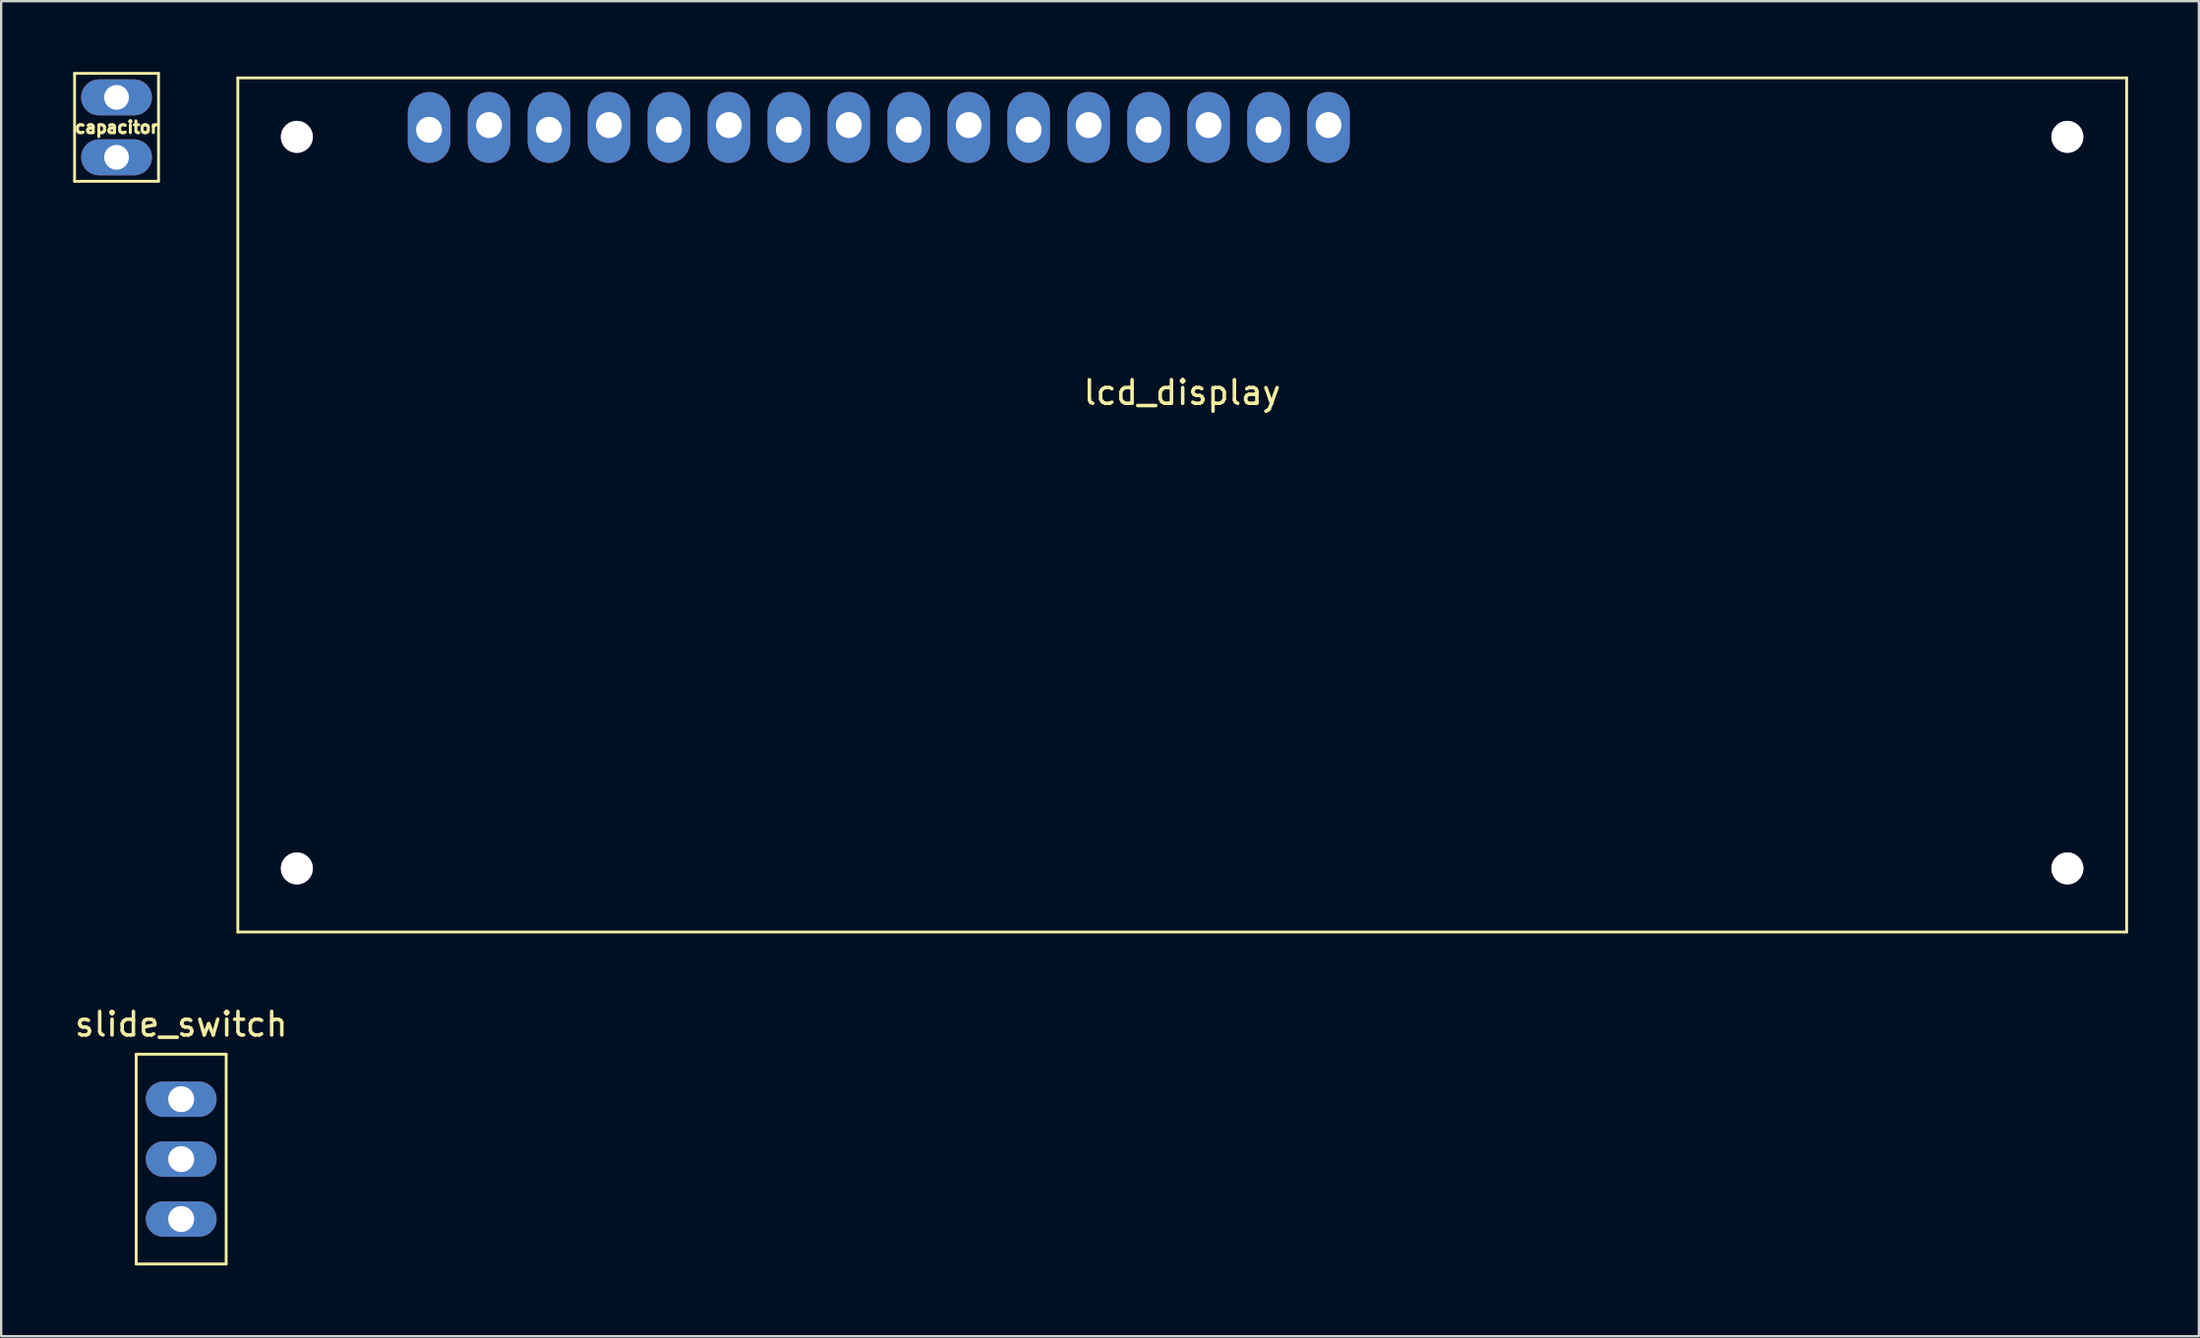
<source format=kicad_pcb>
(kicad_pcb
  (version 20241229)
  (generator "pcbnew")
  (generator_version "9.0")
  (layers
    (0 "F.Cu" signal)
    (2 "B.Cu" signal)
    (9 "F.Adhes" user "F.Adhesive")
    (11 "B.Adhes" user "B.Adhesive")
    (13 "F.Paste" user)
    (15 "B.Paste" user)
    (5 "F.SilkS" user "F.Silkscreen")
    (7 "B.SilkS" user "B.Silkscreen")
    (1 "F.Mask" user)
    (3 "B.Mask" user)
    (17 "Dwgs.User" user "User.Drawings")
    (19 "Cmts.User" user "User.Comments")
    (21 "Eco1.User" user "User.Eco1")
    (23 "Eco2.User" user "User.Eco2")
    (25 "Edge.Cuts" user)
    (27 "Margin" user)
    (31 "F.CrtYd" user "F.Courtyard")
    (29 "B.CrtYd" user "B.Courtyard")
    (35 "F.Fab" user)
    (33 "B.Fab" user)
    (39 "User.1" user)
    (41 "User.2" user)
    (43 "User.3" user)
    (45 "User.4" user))
  (footprint "slide_switch"
    (layer "F.Cu")
    (at 4.625 47.973)
    (property "Reference" "slide_switch" (at 0 -7.62 0) (layer "F.SilkS") (effects (font (size 1 1) (thickness 0.15))))
    (attr through_hole)
    (fp_line (start -1.905 -6.35) (end 1.905 -6.35) (stroke (width 0.12) (type solid)) (layer "F.SilkS"))
    (fp_line (start -1.905 2.54) (end -1.905 -6.35) (stroke (width 0.12) (type solid)) (layer "F.SilkS"))
    (fp_line (start 1.905 -6.35) (end 1.905 2.54) (stroke (width 0.12) (type solid)) (layer "F.SilkS"))
    (fp_line (start 1.905 2.54) (end -1.905 2.54) (stroke (width 0.12) (type solid)) (layer "F.SilkS"))
    (pad "a" thru_hole oval (at 0 -4.445) (size 3 1.5) (drill 1.1) (layers "*.Cu" "*.Mask"))
    (pad "b" thru_hole oval (at 0 0.635) (size 3 1.5) (drill 1.1) (layers "*.Cu" "*.Mask"))
    (pad "common" thru_hole oval (at 0 -1.905) (size 3 1.5) (drill 1.1) (layers "*.Cu" "*.Mask")))
  (footprint "capacitor"
    (layer "F.Cu")
    (at 1.887 1.076)
    (property "Reference" "capacitor" (at 0 1.27 0) (layer "F.SilkS") (effects (font (size 0.5 0.5) (thickness 0.125))))
    (attr through_hole)
    (fp_line (start -1.778 -1.016) (end 1.778 -1.016) (stroke (width 0.12) (type solid)) (layer "F.SilkS"))
    (fp_line (start -1.778 3.556) (end -1.778 -1.016) (stroke (width 0.12) (type solid)) (layer "F.SilkS"))
    (fp_line (start 1.778 -1.016) (end 1.778 3.556) (stroke (width 0.12) (type solid)) (layer "F.SilkS"))
    (fp_line (start 1.778 3.556) (end -1.778 3.556) (stroke (width 0.12) (type solid)) (layer "F.SilkS"))
    (pad "1" thru_hole oval (at 0 0) (size 3 1.524) (drill 1.05) (layers "*.Cu" "*.Mask"))
    (pad "2" thru_hole oval (at 0 2.54) (size 3 1.524) (drill 1.05) (layers "*.Cu" "*.Mask")))
  (footprint "lcd_display"
    (layer "F.Cu")
    (at 7.025 0.25)
    (property "Reference" "lcd_display" (at 40 13.335 0) (layer "F.SilkS") (effects (font (size 1 1) (thickness 0.15))))
    (attr through_hole)
    (fp_line (start 0 0) (end 80.01 0) (stroke (width 0.12) (type solid)) (layer "F.SilkS"))
    (fp_line (start 0 36.195) (end 0 0) (stroke (width 0.12) (type solid)) (layer "F.SilkS"))
    (fp_line (start 80.01 0) (end 80.01 36.195) (stroke (width 0.12) (type solid)) (layer "F.SilkS"))
    (fp_line (start 80.01 36.195) (end 0 36.195) (stroke (width 0.12) (type solid)) (layer "F.SilkS"))
    (pad "" np_thru_hole circle (at 2.5 2.5) (size 1.36 1.36) (drill 1.35) (layers "*.Cu" "*.Mask"))
    (pad "" np_thru_hole circle (at 2.5 33.5) (size 1.36 1.36) (drill 1.35) (layers "*.Cu" "*.Mask"))
    (pad "" np_thru_hole circle (at 77.5 2.5) (size 1.36 1.36) (drill 1.35) (layers "*.Cu" "*.Mask"))
    (pad "" np_thru_hole circle (at 77.5 33.5) (size 1.36 1.36) (drill 1.35) (layers "*.Cu" "*.Mask"))
    (pad "5v" thru_hole oval (at 10.64 2) (size 1.8 3) (drill 1.1 (offset 0 0.1)) (layers "*.Cu" "*.Mask"))
    (pad "contrast" thru_hole oval (at 13.18 2.2) (size 1.8 3) (drill 1.1 (offset 0 -0.1)) (layers "*.Cu" "*.Mask"))
    (pad "d0" thru_hole oval (at 23.34 2.2) (size 1.8 3) (drill 1.1 (offset 0 -0.1)) (layers "*.Cu" "*.Mask"))
    (pad "d1" thru_hole oval (at 25.88 2) (size 1.8 3) (drill 1.1 (offset 0 0.1)) (layers "*.Cu" "*.Mask"))
    (pad "d2" thru_hole oval (at 28.42 2.2) (size 1.8 3) (drill 1.1 (offset 0 -0.1)) (layers "*.Cu" "*.Mask"))
    (pad "d3" thru_hole oval (at 30.96 2) (size 1.8 3) (drill 1.1 (offset 0 0.1)) (layers "*.Cu" "*.Mask"))
    (pad "d4" thru_hole oval (at 33.5 2.2) (size 1.8 3) (drill 1.1 (offset 0 -0.1)) (layers "*.Cu" "*.Mask"))
    (pad "d5" thru_hole oval (at 36.04 2) (size 1.8 3) (drill 1.1 (offset 0 0.1)) (layers "*.Cu" "*.Mask"))
    (pad "d6" thru_hole oval (at 38.58 2.2) (size 1.8 3) (drill 1.1 (offset 0 -0.1)) (layers "*.Cu" "*.Mask"))
    (pad "d7" thru_hole oval (at 41.12 2) (size 1.8 3) (drill 1.1 (offset 0 0.1)) (layers "*.Cu" "*.Mask"))
    (pad "enable" thru_hole oval (at 20.8 2) (size 1.8 3) (drill 1.1 (offset 0 0.1)) (layers "*.Cu" "*.Mask"))
    (pad "gnd" thru_hole oval (at 8.1 2.2) (size 1.8 3) (drill 1.1 (offset 0 -0.1)) (layers "*.Cu" "*.Mask"))
    (pad "led_negative" thru_hole oval (at 46.2 2) (size 1.8 3) (drill 1.1 (offset 0 0.1)) (layers "*.Cu" "*.Mask"))
    (pad "led_positive" thru_hole oval (at 43.66 2.2) (size 1.8 3) (drill 1.1 (offset 0 -0.1)) (layers "*.Cu" "*.Mask"))
    (pad "read/write" thru_hole oval (at 18.26 2.2) (size 1.8 3) (drill 1.1 (offset 0 -0.1)) (layers "*.Cu" "*.Mask"))
    (pad "register_select" thru_hole oval (at 15.72 2) (size 1.8 3) (drill 1.1 (offset 0 0.1)) (layers "*.Cu" "*.Mask")))
  (gr_rect
    (start -3 -3)
    (end 90.095 53.573)
    (stroke (width 0.1) (type default))
    (fill no)
    (layer "Edge.Cuts")))
</source>
